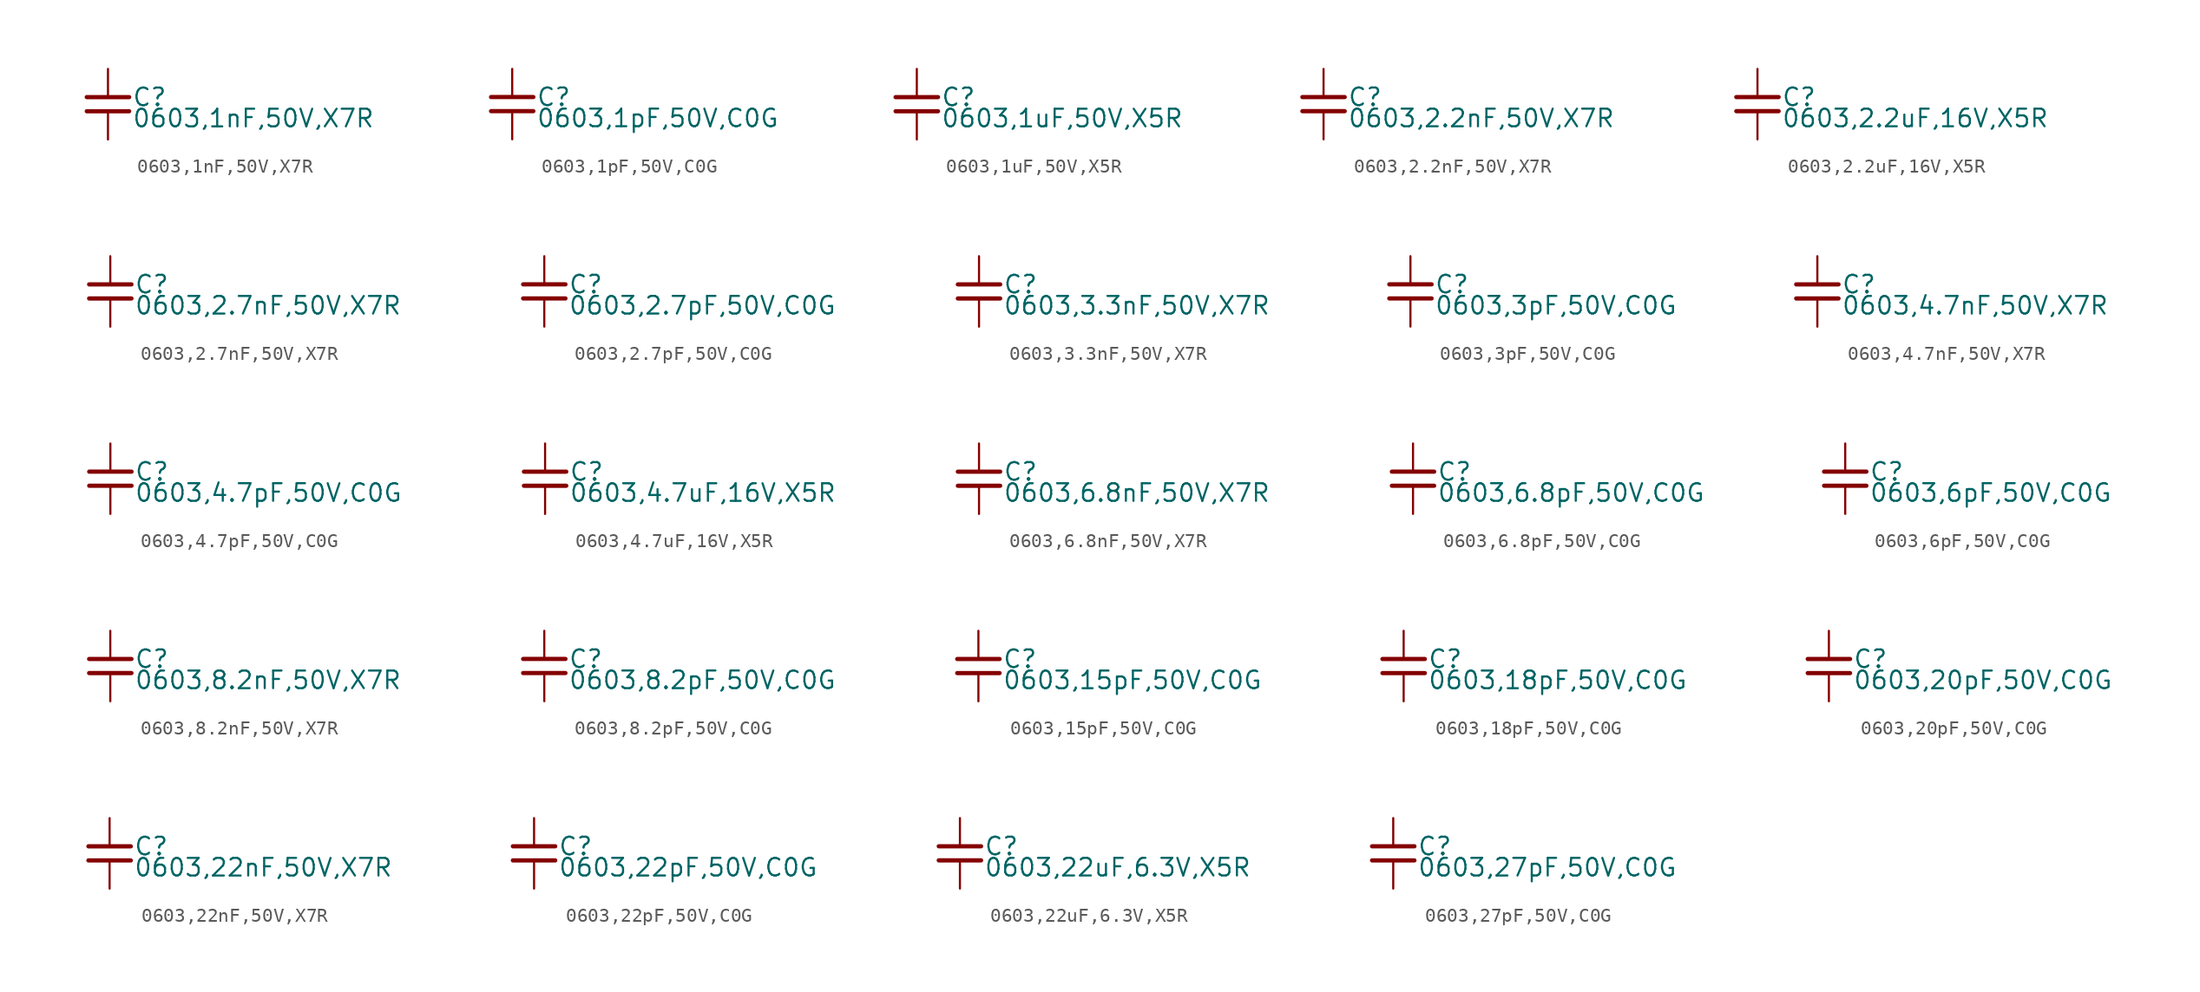
<source format=kicad_sym>
(kicad_symbol_lib
  (version 20220914)
  (generator kicad_symbol_editor)
  (symbol "0603,1nF,50V,X7R "
    (property "Reference" "C"
      (at 1.71 0.508 0)
      (effects (font (size 1.27 1.27)) (justify left)))
    (property "Value" "0603,1nF,50V,X7R "
      (at 1.71 -1.016 0)
      (effects (font (size 1.27 1.27)) (justify left)))
    (property "ki_locked" ""
      (at 0 0 0)
      (effects (font (size 1.27 1.27))))
    (symbol "0603,1nF,50V,X7R _0_0"
      (polyline (pts (xy -1.524 -0.508) (xy 1.524 -0.508)) (stroke (width 0.305) (type default)) (fill (type none)))
      (polyline (pts (xy -1.524 0.508) (xy 1.524 0.508)) (stroke (width 0.305) (type default)) (fill (type none)))
      (pin passive line (at 0 2.54 270) (length 2.032) (name "~" (effects (font (size 0 0)))) (number "1" (effects (font (size 0 0)))))
      (pin passive line (at 0 -2.54 90) (length 2.032) (name "~" (effects (font (size 0 0)))) (number "2" (effects (font (size 0 0)))))))
  (symbol "0603,1pF,50V,C0G "
    (property "Reference" "C"
      (at 1.71 0.508 0)
      (effects (font (size 1.27 1.27)) (justify left)))
    (property "Value" "0603,1pF,50V,C0G "
      (at 1.71 -1.016 0)
      (effects (font (size 1.27 1.27)) (justify left)))
    (property "ki_locked" ""
      (at 0 0 0)
      (effects (font (size 1.27 1.27))))
    (symbol "0603,1pF,50V,C0G _0_0"
      (polyline (pts (xy -1.524 -0.508) (xy 1.524 -0.508)) (stroke (width 0.305) (type default)) (fill (type none)))
      (polyline (pts (xy -1.524 0.508) (xy 1.524 0.508)) (stroke (width 0.305) (type default)) (fill (type none)))
      (pin passive line (at 0 2.54 270) (length 2.032) (name "~" (effects (font (size 0 0)))) (number "1" (effects (font (size 0 0)))))
      (pin passive line (at 0 -2.54 90) (length 2.032) (name "~" (effects (font (size 0 0)))) (number "2" (effects (font (size 0 0)))))))
  (symbol "0603,1uF,50V,X5R "
    (property "Reference" "C"
      (at 1.71 0.508 0)
      (effects (font (size 1.27 1.27)) (justify left)))
    (property "Value" "0603,1uF,50V,X5R "
      (at 1.71 -1.016 0)
      (effects (font (size 1.27 1.27)) (justify left)))
    (symbol "0603,1uF,50V,X5R _0_0"
      (polyline (pts (xy -1.524 -0.508) (xy 1.524 -0.508)) (stroke (width 0.305) (type default)) (fill (type none)))
      (polyline (pts (xy -1.524 0.508) (xy 1.524 0.508)) (stroke (width 0.305) (type default)) (fill (type none)))
      (pin passive line (at 0 2.54 270) (length 2.032) (name "~" (effects (font (size 0 0)))) (number "1" (effects (font (size 0 0)))))
      (pin passive line (at 0 -2.54 90) (length 2.032) (name "~" (effects (font (size 0 0)))) (number "2" (effects (font (size 0 0)))))))
  (symbol "0603,2.2nF,50V,X7R "
    (property "Reference" "C"
      (at 1.71 0.508 0)
      (effects (font (size 1.27 1.27)) (justify left)))
    (property "Value" "0603,2.2nF,50V,X7R "
      (at 1.71 -1.016 0)
      (effects (font (size 1.27 1.27)) (justify left)))
    (property "ki_locked" ""
      (at 0 0 0)
      (effects (font (size 1.27 1.27))))
    (symbol "0603,2.2nF,50V,X7R _0_0"
      (polyline (pts (xy -1.524 -0.508) (xy 1.524 -0.508)) (stroke (width 0.305) (type default)) (fill (type none)))
      (polyline (pts (xy -1.524 0.508) (xy 1.524 0.508)) (stroke (width 0.305) (type default)) (fill (type none)))
      (pin passive line (at 0 2.54 270) (length 2.032) (name "~" (effects (font (size 0 0)))) (number "1" (effects (font (size 0 0)))))
      (pin passive line (at 0 -2.54 90) (length 2.032) (name "~" (effects (font (size 0 0)))) (number "2" (effects (font (size 0 0)))))))
  (symbol "0603,2.2uF,16V,X5R "
    (property "Reference" "C"
      (at 1.71 0.508 0)
      (effects (font (size 1.27 1.27)) (justify left)))
    (property "Value" "0603,2.2uF,16V,X5R "
      (at 1.71 -1.016 0)
      (effects (font (size 1.27 1.27)) (justify left)))
    (property "ki_locked" ""
      (at 0 0 0)
      (effects (font (size 1.27 1.27))))
    (symbol "0603,2.2uF,16V,X5R _0_0"
      (polyline (pts (xy -1.524 -0.508) (xy 1.524 -0.508)) (stroke (width 0.305) (type default)) (fill (type none)))
      (polyline (pts (xy -1.524 0.508) (xy 1.524 0.508)) (stroke (width 0.305) (type default)) (fill (type none)))
      (pin passive line (at 0 2.54 270) (length 2.032) (name "~" (effects (font (size 0 0)))) (number "1" (effects (font (size 0 0)))))
      (pin passive line (at 0 -2.54 90) (length 2.032) (name "~" (effects (font (size 0 0)))) (number "2" (effects (font (size 0 0)))))))
  (symbol "0603,2.7nF,50V,X7R "
    (property "Reference" "C"
      (at 1.71 0.508 0)
      (effects (font (size 1.27 1.27)) (justify left)))
    (property "Value" "0603,2.7nF,50V,X7R "
      (at 1.71 -1.016 0)
      (effects (font (size 1.27 1.27)) (justify left)))
    (property "ki_locked" ""
      (at 0 0 0)
      (effects (font (size 1.27 1.27))))
    (symbol "0603,2.7nF,50V,X7R _0_0"
      (polyline (pts (xy -1.524 -0.508) (xy 1.524 -0.508)) (stroke (width 0.305) (type default)) (fill (type none)))
      (polyline (pts (xy -1.524 0.508) (xy 1.524 0.508)) (stroke (width 0.305) (type default)) (fill (type none)))
      (pin passive line (at 0 2.54 270) (length 2.032) (name "~" (effects (font (size 0 0)))) (number "1" (effects (font (size 0 0)))))
      (pin passive line (at 0 -2.54 90) (length 2.032) (name "~" (effects (font (size 0 0)))) (number "2" (effects (font (size 0 0)))))))
  (symbol "0603,2.7pF,50V,C0G "
    (property "Reference" "C"
      (at 1.71 0.508 0)
      (effects (font (size 1.27 1.27)) (justify left)))
    (property "Value" "0603,2.7pF,50V,C0G "
      (at 1.71 -1.016 0)
      (effects (font (size 1.27 1.27)) (justify left)))
    (property "ki_locked" ""
      (at 0 0 0)
      (effects (font (size 1.27 1.27))))
    (symbol "0603,2.7pF,50V,C0G _0_0"
      (polyline (pts (xy -1.524 -0.508) (xy 1.524 -0.508)) (stroke (width 0.305) (type default)) (fill (type none)))
      (polyline (pts (xy -1.524 0.508) (xy 1.524 0.508)) (stroke (width 0.305) (type default)) (fill (type none)))
      (pin passive line (at 0 2.54 270) (length 2.032) (name "~" (effects (font (size 0 0)))) (number "1" (effects (font (size 0 0)))))
      (pin passive line (at 0 -2.54 90) (length 2.032) (name "~" (effects (font (size 0 0)))) (number "2" (effects (font (size 0 0)))))))
  (symbol "0603,3.3nF,50V,X7R "
    (property "Reference" "C"
      (at 1.71 0.508 0)
      (effects (font (size 1.27 1.27)) (justify left)))
    (property "Value" "0603,3.3nF,50V,X7R "
      (at 1.71 -1.016 0)
      (effects (font (size 1.27 1.27)) (justify left)))
    (property "ki_locked" ""
      (at 0 0 0)
      (effects (font (size 1.27 1.27))))
    (symbol "0603,3.3nF,50V,X7R _0_0"
      (polyline (pts (xy -1.524 -0.508) (xy 1.524 -0.508)) (stroke (width 0.305) (type default)) (fill (type none)))
      (polyline (pts (xy -1.524 0.508) (xy 1.524 0.508)) (stroke (width 0.305) (type default)) (fill (type none)))
      (pin passive line (at 0 2.54 270) (length 2.032) (name "~" (effects (font (size 0 0)))) (number "1" (effects (font (size 0 0)))))
      (pin passive line (at 0 -2.54 90) (length 2.032) (name "~" (effects (font (size 0 0)))) (number "2" (effects (font (size 0 0)))))))
  (symbol "0603,3pF,50V,C0G "
    (property "Reference" "C"
      (at 1.71 0.508 0)
      (effects (font (size 1.27 1.27)) (justify left)))
    (property "Value" "0603,3pF,50V,C0G "
      (at 1.71 -1.016 0)
      (effects (font (size 1.27 1.27)) (justify left)))
    (property "ki_locked" ""
      (at 0 0 0)
      (effects (font (size 1.27 1.27))))
    (symbol "0603,3pF,50V,C0G _0_0"
      (polyline (pts (xy -1.524 -0.508) (xy 1.524 -0.508)) (stroke (width 0.305) (type default)) (fill (type none)))
      (polyline (pts (xy -1.524 0.508) (xy 1.524 0.508)) (stroke (width 0.305) (type default)) (fill (type none)))
      (pin passive line (at 0 2.54 270) (length 2.032) (name "~" (effects (font (size 0 0)))) (number "1" (effects (font (size 0 0)))))
      (pin passive line (at 0 -2.54 90) (length 2.032) (name "~" (effects (font (size 0 0)))) (number "2" (effects (font (size 0 0)))))))
  (symbol "0603,4.7nF,50V,X7R "
    (property "Reference" "C"
      (at 1.71 0.508 0)
      (effects (font (size 1.27 1.27)) (justify left)))
    (property "Value" "0603,4.7nF,50V,X7R "
      (at 1.71 -1.016 0)
      (effects (font (size 1.27 1.27)) (justify left)))
    (property "ki_locked" ""
      (at 0 0 0)
      (effects (font (size 1.27 1.27))))
    (symbol "0603,4.7nF,50V,X7R _0_0"
      (polyline (pts (xy -1.524 -0.508) (xy 1.524 -0.508)) (stroke (width 0.305) (type default)) (fill (type none)))
      (polyline (pts (xy -1.524 0.508) (xy 1.524 0.508)) (stroke (width 0.305) (type default)) (fill (type none)))
      (pin passive line (at 0 2.54 270) (length 2.032) (name "~" (effects (font (size 0 0)))) (number "1" (effects (font (size 0 0)))))
      (pin passive line (at 0 -2.54 90) (length 2.032) (name "~" (effects (font (size 0 0)))) (number "2" (effects (font (size 0 0)))))))
  (symbol "0603,4.7pF,50V,C0G "
    (property "Reference" "C"
      (at 1.71 0.508 0)
      (effects (font (size 1.27 1.27)) (justify left)))
    (property "Value" "0603,4.7pF,50V,C0G "
      (at 1.71 -1.016 0)
      (effects (font (size 1.27 1.27)) (justify left)))
    (property "ki_locked" ""
      (at 0 0 0)
      (effects (font (size 1.27 1.27))))
    (symbol "0603,4.7pF,50V,C0G _0_0"
      (polyline (pts (xy -1.524 -0.508) (xy 1.524 -0.508)) (stroke (width 0.305) (type default)) (fill (type none)))
      (polyline (pts (xy -1.524 0.508) (xy 1.524 0.508)) (stroke (width 0.305) (type default)) (fill (type none)))
      (pin passive line (at 0 2.54 270) (length 2.032) (name "~" (effects (font (size 0 0)))) (number "1" (effects (font (size 0 0)))))
      (pin passive line (at 0 -2.54 90) (length 2.032) (name "~" (effects (font (size 0 0)))) (number "2" (effects (font (size 0 0)))))))
  (symbol "0603,4.7uF,16V,X5R "
    (property "Reference" "C"
      (at 1.71 0.508 0)
      (effects (font (size 1.27 1.27)) (justify left)))
    (property "Value" "0603,4.7uF,16V,X5R "
      (at 1.71 -1.016 0)
      (effects (font (size 1.27 1.27)) (justify left)))
    (property "ki_locked" ""
      (at 0 0 0)
      (effects (font (size 1.27 1.27))))
    (symbol "0603,4.7uF,16V,X5R _0_0"
      (polyline (pts (xy -1.524 -0.508) (xy 1.524 -0.508)) (stroke (width 0.305) (type default)) (fill (type none)))
      (polyline (pts (xy -1.524 0.508) (xy 1.524 0.508)) (stroke (width 0.305) (type default)) (fill (type none)))
      (pin passive line (at 0 2.54 270) (length 2.032) (name "~" (effects (font (size 0 0)))) (number "1" (effects (font (size 0 0)))))
      (pin passive line (at 0 -2.54 90) (length 2.032) (name "~" (effects (font (size 0 0)))) (number "2" (effects (font (size 0 0)))))))
  (symbol "0603,6.8nF,50V,X7R "
    (property "Reference" "C"
      (at 1.71 0.508 0)
      (effects (font (size 1.27 1.27)) (justify left)))
    (property "Value" "0603,6.8nF,50V,X7R "
      (at 1.71 -1.016 0)
      (effects (font (size 1.27 1.27)) (justify left)))
    (property "ki_locked" ""
      (at 0 0 0)
      (effects (font (size 1.27 1.27))))
    (symbol "0603,6.8nF,50V,X7R _0_0"
      (polyline (pts (xy -1.524 -0.508) (xy 1.524 -0.508)) (stroke (width 0.305) (type default)) (fill (type none)))
      (polyline (pts (xy -1.524 0.508) (xy 1.524 0.508)) (stroke (width 0.305) (type default)) (fill (type none)))
      (pin passive line (at 0 2.54 270) (length 2.032) (name "~" (effects (font (size 0 0)))) (number "1" (effects (font (size 0 0)))))
      (pin passive line (at 0 -2.54 90) (length 2.032) (name "~" (effects (font (size 0 0)))) (number "2" (effects (font (size 0 0)))))))
  (symbol "0603,6.8pF,50V,C0G "
    (property "Reference" "C"
      (at 1.71 0.508 0)
      (effects (font (size 1.27 1.27)) (justify left)))
    (property "Value" "0603,6.8pF,50V,C0G "
      (at 1.71 -1.016 0)
      (effects (font (size 1.27 1.27)) (justify left)))
    (property "ki_locked" ""
      (at 0 0 0)
      (effects (font (size 1.27 1.27))))
    (symbol "0603,6.8pF,50V,C0G _0_0"
      (polyline (pts (xy -1.524 -0.508) (xy 1.524 -0.508)) (stroke (width 0.305) (type default)) (fill (type none)))
      (polyline (pts (xy -1.524 0.508) (xy 1.524 0.508)) (stroke (width 0.305) (type default)) (fill (type none)))
      (pin passive line (at 0 2.54 270) (length 2.032) (name "~" (effects (font (size 0 0)))) (number "1" (effects (font (size 0 0)))))
      (pin passive line (at 0 -2.54 90) (length 2.032) (name "~" (effects (font (size 0 0)))) (number "2" (effects (font (size 0 0)))))))
  (symbol "0603,6pF,50V,C0G "
    (property "Reference" "C"
      (at 1.71 0.508 0)
      (effects (font (size 1.27 1.27)) (justify left)))
    (property "Value" "0603,6pF,50V,C0G "
      (at 1.71 -1.016 0)
      (effects (font (size 1.27 1.27)) (justify left)))
    (property "ki_locked" ""
      (at 0 0 0)
      (effects (font (size 1.27 1.27))))
    (symbol "0603,6pF,50V,C0G _0_0"
      (polyline (pts (xy -1.524 -0.508) (xy 1.524 -0.508)) (stroke (width 0.305) (type default)) (fill (type none)))
      (polyline (pts (xy -1.524 0.508) (xy 1.524 0.508)) (stroke (width 0.305) (type default)) (fill (type none)))
      (pin passive line (at 0 2.54 270) (length 2.032) (name "~" (effects (font (size 0 0)))) (number "1" (effects (font (size 0 0)))))
      (pin passive line (at 0 -2.54 90) (length 2.032) (name "~" (effects (font (size 0 0)))) (number "2" (effects (font (size 0 0)))))))
  (symbol "0603,8.2nF,50V,X7R "
    (property "Reference" "C"
      (at 1.71 0.508 0)
      (effects (font (size 1.27 1.27)) (justify left)))
    (property "Value" "0603,8.2nF,50V,X7R "
      (at 1.71 -1.016 0)
      (effects (font (size 1.27 1.27)) (justify left)))
    (property "ki_locked" ""
      (at 0 0 0)
      (effects (font (size 1.27 1.27))))
    (symbol "0603,8.2nF,50V,X7R _0_0"
      (polyline (pts (xy -1.524 -0.508) (xy 1.524 -0.508)) (stroke (width 0.305) (type default)) (fill (type none)))
      (polyline (pts (xy -1.524 0.508) (xy 1.524 0.508)) (stroke (width 0.305) (type default)) (fill (type none)))
      (pin passive line (at 0 2.54 270) (length 2.032) (name "~" (effects (font (size 0 0)))) (number "1" (effects (font (size 0 0)))))
      (pin passive line (at 0 -2.54 90) (length 2.032) (name "~" (effects (font (size 0 0)))) (number "2" (effects (font (size 0 0)))))))
  (symbol "0603,8.2pF,50V,C0G "
    (property "Reference" "C"
      (at 1.71 0.508 0)
      (effects (font (size 1.27 1.27)) (justify left)))
    (property "Value" "0603,8.2pF,50V,C0G "
      (at 1.71 -1.016 0)
      (effects (font (size 1.27 1.27)) (justify left)))
    (property "ki_locked" ""
      (at 0 0 0)
      (effects (font (size 1.27 1.27))))
    (symbol "0603,8.2pF,50V,C0G _0_0"
      (polyline (pts (xy -1.524 -0.508) (xy 1.524 -0.508)) (stroke (width 0.305) (type default)) (fill (type none)))
      (polyline (pts (xy -1.524 0.508) (xy 1.524 0.508)) (stroke (width 0.305) (type default)) (fill (type none)))
      (pin passive line (at 0 2.54 270) (length 2.032) (name "~" (effects (font (size 0 0)))) (number "1" (effects (font (size 0 0)))))
      (pin passive line (at 0 -2.54 90) (length 2.032) (name "~" (effects (font (size 0 0)))) (number "2" (effects (font (size 0 0)))))))
  (symbol "0603,15pF,50V,C0G "
    (property "Reference" "C"
      (at 1.71 0.508 0)
      (effects (font (size 1.27 1.27)) (justify left)))
    (property "Value" "0603,15pF,50V,C0G "
      (at 1.71 -1.016 0)
      (effects (font (size 1.27 1.27)) (justify left)))
    (property "ki_locked" ""
      (at 0 0 0)
      (effects (font (size 1.27 1.27))))
    (symbol "0603,15pF,50V,C0G _0_0"
      (polyline (pts (xy -1.524 -0.508) (xy 1.524 -0.508)) (stroke (width 0.305) (type default)) (fill (type none)))
      (polyline (pts (xy -1.524 0.508) (xy 1.524 0.508)) (stroke (width 0.305) (type default)) (fill (type none)))
      (pin passive line (at 0 2.54 270) (length 2.032) (name "~" (effects (font (size 0 0)))) (number "1" (effects (font (size 0 0)))))
      (pin passive line (at 0 -2.54 90) (length 2.032) (name "~" (effects (font (size 0 0)))) (number "2" (effects (font (size 0 0)))))))
  (symbol "0603,18pF,50V,C0G "
    (property "Reference" "C"
      (at 1.71 0.508 0)
      (effects (font (size 1.27 1.27)) (justify left)))
    (property "Value" "0603,18pF,50V,C0G "
      (at 1.71 -1.016 0)
      (effects (font (size 1.27 1.27)) (justify left)))
    (property "ki_locked" ""
      (at 0 0 0)
      (effects (font (size 1.27 1.27))))
    (symbol "0603,18pF,50V,C0G _0_0"
      (polyline (pts (xy -1.524 -0.508) (xy 1.524 -0.508)) (stroke (width 0.305) (type default)) (fill (type none)))
      (polyline (pts (xy -1.524 0.508) (xy 1.524 0.508)) (stroke (width 0.305) (type default)) (fill (type none)))
      (pin passive line (at 0 2.54 270) (length 2.032) (name "~" (effects (font (size 0 0)))) (number "1" (effects (font (size 0 0)))))
      (pin passive line (at 0 -2.54 90) (length 2.032) (name "~" (effects (font (size 0 0)))) (number "2" (effects (font (size 0 0)))))))
  (symbol "0603,20pF,50V,C0G "
    (property "Reference" "C"
      (at 1.71 0.508 0)
      (effects (font (size 1.27 1.27)) (justify left)))
    (property "Value" "0603,20pF,50V,C0G "
      (at 1.71 -1.016 0)
      (effects (font (size 1.27 1.27)) (justify left)))
    (property "ki_locked" ""
      (at 0 0 0)
      (effects (font (size 1.27 1.27))))
    (symbol "0603,20pF,50V,C0G _0_0"
      (polyline (pts (xy -1.524 -0.508) (xy 1.524 -0.508)) (stroke (width 0.305) (type default)) (fill (type none)))
      (polyline (pts (xy -1.524 0.508) (xy 1.524 0.508)) (stroke (width 0.305) (type default)) (fill (type none)))
      (pin passive line (at 0 2.54 270) (length 2.032) (name "~" (effects (font (size 0 0)))) (number "1" (effects (font (size 0 0)))))
      (pin passive line (at 0 -2.54 90) (length 2.032) (name "~" (effects (font (size 0 0)))) (number "2" (effects (font (size 0 0)))))))
  (symbol "0603,22nF,50V,X7R "
    (property "Reference" "C"
      (at 1.71 0.508 0)
      (effects (font (size 1.27 1.27)) (justify left)))
    (property "Value" "0603,22nF,50V,X7R "
      (at 1.71 -1.016 0)
      (effects (font (size 1.27 1.27)) (justify left)))
    (property "ki_locked" ""
      (at 0 0 0)
      (effects (font (size 1.27 1.27))))
    (symbol "0603,22nF,50V,X7R _0_0"
      (polyline (pts (xy -1.524 -0.508) (xy 1.524 -0.508)) (stroke (width 0.305) (type default)) (fill (type none)))
      (polyline (pts (xy -1.524 0.508) (xy 1.524 0.508)) (stroke (width 0.305) (type default)) (fill (type none)))
      (pin passive line (at 0 2.54 270) (length 2.032) (name "~" (effects (font (size 0 0)))) (number "1" (effects (font (size 0 0)))))
      (pin passive line (at 0 -2.54 90) (length 2.032) (name "~" (effects (font (size 0 0)))) (number "2" (effects (font (size 0 0)))))))
  (symbol "0603,22pF,50V,C0G "
    (property "Reference" "C"
      (at 1.71 0.508 0)
      (effects (font (size 1.27 1.27)) (justify left)))
    (property "Value" "0603,22pF,50V,C0G "
      (at 1.71 -1.016 0)
      (effects (font (size 1.27 1.27)) (justify left)))
    (property "ki_locked" ""
      (at 0 0 0)
      (effects (font (size 1.27 1.27))))
    (symbol "0603,22pF,50V,C0G _0_0"
      (polyline (pts (xy -1.524 -0.508) (xy 1.524 -0.508)) (stroke (width 0.305) (type default)) (fill (type none)))
      (polyline (pts (xy -1.524 0.508) (xy 1.524 0.508)) (stroke (width 0.305) (type default)) (fill (type none)))
      (pin passive line (at 0 2.54 270) (length 2.032) (name "~" (effects (font (size 0 0)))) (number "1" (effects (font (size 0 0)))))
      (pin passive line (at 0 -2.54 90) (length 2.032) (name "~" (effects (font (size 0 0)))) (number "2" (effects (font (size 0 0)))))))
  (symbol "0603,22uF,6.3V,X5R "
    (property "Reference" "C"
      (at 1.71 0.508 0)
      (effects (font (size 1.27 1.27)) (justify left)))
    (property "Value" "0603,22uF,6.3V,X5R "
      (at 1.71 -1.016 0)
      (effects (font (size 1.27 1.27)) (justify left)))
    (property "ki_locked" ""
      (at 0 0 0)
      (effects (font (size 1.27 1.27))))
    (symbol "0603,22uF,6.3V,X5R _0_0"
      (polyline (pts (xy -1.524 -0.508) (xy 1.524 -0.508)) (stroke (width 0.305) (type default)) (fill (type none)))
      (polyline (pts (xy -1.524 0.508) (xy 1.524 0.508)) (stroke (width 0.305) (type default)) (fill (type none)))
      (pin passive line (at 0 2.54 270) (length 2.032) (name "~" (effects (font (size 0 0)))) (number "1" (effects (font (size 0 0)))))
      (pin passive line (at 0 -2.54 90) (length 2.032) (name "~" (effects (font (size 0 0)))) (number "2" (effects (font (size 0 0)))))))
  (symbol "0603,27pF,50V,C0G "
    (property "Reference" "C"
      (at 1.71 0.508 0)
      (effects (font (size 1.27 1.27)) (justify left)))
    (property "Value" "0603,27pF,50V,C0G "
      (at 1.71 -1.016 0)
      (effects (font (size 1.27 1.27)) (justify left)))
    (property "ki_locked" ""
      (at 0 0 0)
      (effects (font (size 1.27 1.27))))
    (symbol "0603,27pF,50V,C0G _0_0"
      (polyline (pts (xy -1.524 -0.508) (xy 1.524 -0.508)) (stroke (width 0.305) (type default)) (fill (type none)))
      (polyline (pts (xy -1.524 0.508) (xy 1.524 0.508)) (stroke (width 0.305) (type default)) (fill (type none)))
      (pin passive line (at 0 2.54 270) (length 2.032) (name "~" (effects (font (size 0 0)))) (number "1" (effects (font (size 0 0)))))
      (pin passive line (at 0 -2.54 90) (length 2.032) (name "~" (effects (font (size 0 0)))) (number "2" (effects (font (size 0 0))))))))
</source>
